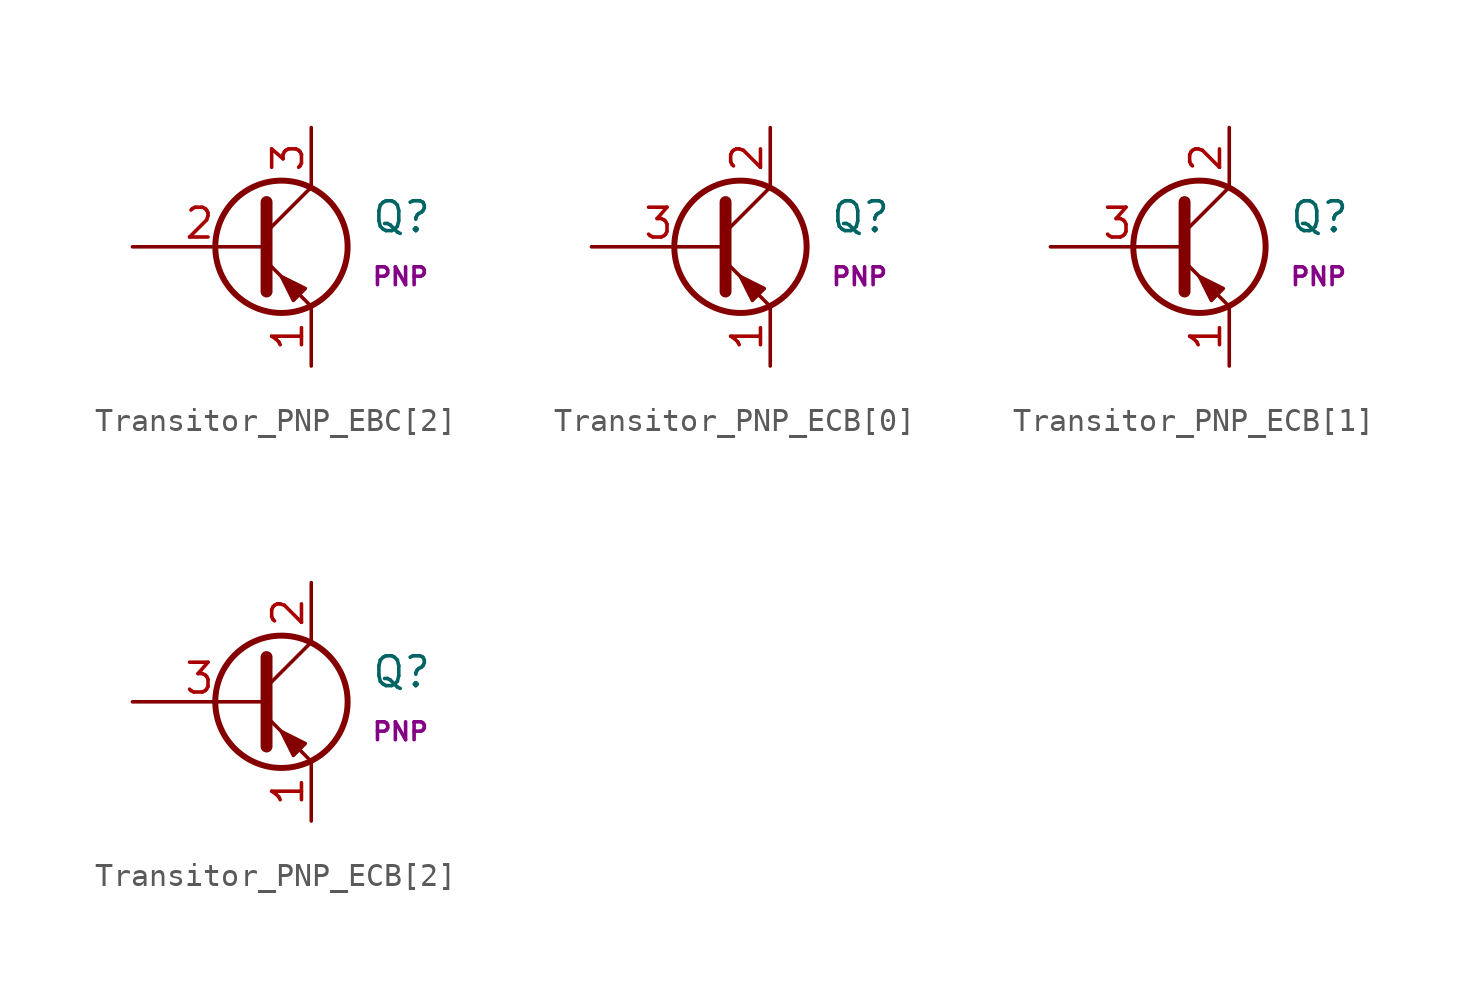
<source format=kicad_sym>
(kicad_symbol_lib
  (version 20211014)
  (generator kicad_symbol_editor)
  (symbol "Transitor_PNP_EBC[2]"
    (pin_names
      (offset 0) hide)
    (property "Reference" "Q"
      (at 5.08 1.27 0)
      (effects (font (size 1.27 1.27)) (justify left)))
    (property "Name" "PNP"
      (at 5.08 -1.27 0)
      (effects (font (size 0.762 0.762)) (justify left)))
    (symbol "Transitor_PNP_EBC[2]_0_1"
      (polyline (pts (xy 0.635 0.635) (xy 2.54 2.54)) (stroke (width 0) (type default) (color 0 0 0 0)) (fill (type none)))
      (polyline (pts (xy 0.635 -0.635) (xy 2.54 -2.54) (xy 2.54 -2.54)) (stroke (width 0) (type default) (color 0 0 0 0)) (fill (type none)))
      (polyline (pts (xy 0.635 1.905) (xy 0.635 -1.905) (xy 0.635 -1.905)) (stroke (width 0.508) (type default) (color 0 0 0 0)) (fill (type none)))
      (polyline (pts (xy 2.286 -1.778) (xy 1.778 -2.286) (xy 1.27 -1.27) (xy 2.286 -1.778) (xy 2.286 -1.778)) (stroke (width 0) (type default) (color 0 0 0 0)) (fill (type outline)))
      (circle (center 1.27 0) (radius 2.819) (stroke (width 0.254) (type default) (color 0 0 0 0)) (fill (type none))))
    (symbol "Transitor_PNP_EBC[2]_1_1"
      (pin passive line (at 2.54 -5.08 90) (length 2.54) (name "E" (effects (font (size 1.27 1.27)))) (number "1" (effects (font (size 1.27 1.27)))))
      (pin input line (at -5.08 0 0) (length 5.715) (name "B" (effects (font (size 1.27 1.27)))) (number "2" (effects (font (size 1.27 1.27)))))
      (pin passive line (at 2.54 5.08 270) (length 2.54) (name "C" (effects (font (size 1.27 1.27)))) (number "3" (effects (font (size 1.27 1.27)))))))
  (symbol "Transitor_PNP_ECB[0]"
    (pin_names
      (offset 0) hide)
    (property "Reference" "Q"
      (at 5.08 1.27 0)
      (effects (font (size 1.27 1.27)) (justify left)))
    (property "Name" "PNP"
      (at 5.08 -1.27 0)
      (effects (font (size 0.762 0.762)) (justify left)))
    (symbol "Transitor_PNP_ECB[0]_0_1"
      (polyline (pts (xy 0.635 0.635) (xy 2.54 2.54)) (stroke (width 0) (type default) (color 0 0 0 0)) (fill (type none)))
      (polyline (pts (xy 0.635 -0.635) (xy 2.54 -2.54) (xy 2.54 -2.54)) (stroke (width 0) (type default) (color 0 0 0 0)) (fill (type none)))
      (polyline (pts (xy 0.635 1.905) (xy 0.635 -1.905) (xy 0.635 -1.905)) (stroke (width 0.508) (type default) (color 0 0 0 0)) (fill (type none)))
      (polyline (pts (xy 2.286 -1.778) (xy 1.778 -2.286) (xy 1.27 -1.27) (xy 2.286 -1.778) (xy 2.286 -1.778)) (stroke (width 0) (type default) (color 0 0 0 0)) (fill (type outline)))
      (circle (center 1.27 0) (radius 2.819) (stroke (width 0.254) (type default) (color 0 0 0 0)) (fill (type none))))
    (symbol "Transitor_PNP_ECB[0]_1_1"
      (pin passive line (at 2.54 -5.08 90) (length 2.54) (name "E" (effects (font (size 1.27 1.27)))) (number "1" (effects (font (size 1.27 1.27)))))
      (pin passive line (at 2.54 5.08 270) (length 2.54) (name "C" (effects (font (size 1.27 1.27)))) (number "2" (effects (font (size 1.27 1.27)))))
      (pin input line (at -5.08 0 0) (length 5.715) (name "B" (effects (font (size 1.27 1.27)))) (number "3" (effects (font (size 1.27 1.27)))))))
  (symbol "Transitor_PNP_ECB[1]"
    (pin_names
      (offset 0) hide)
    (property "Reference" "Q"
      (at 5.08 1.27 0)
      (effects (font (size 1.27 1.27)) (justify left)))
    (property "Name" "PNP"
      (at 5.08 -1.27 0)
      (effects (font (size 0.762 0.762)) (justify left)))
    (symbol "Transitor_PNP_ECB[1]_0_1"
      (polyline (pts (xy 0.635 0.635) (xy 2.54 2.54)) (stroke (width 0) (type default) (color 0 0 0 0)) (fill (type none)))
      (polyline (pts (xy 0.635 -0.635) (xy 2.54 -2.54) (xy 2.54 -2.54)) (stroke (width 0) (type default) (color 0 0 0 0)) (fill (type none)))
      (polyline (pts (xy 0.635 1.905) (xy 0.635 -1.905) (xy 0.635 -1.905)) (stroke (width 0.508) (type default) (color 0 0 0 0)) (fill (type none)))
      (polyline (pts (xy 2.286 -1.778) (xy 1.778 -2.286) (xy 1.27 -1.27) (xy 2.286 -1.778) (xy 2.286 -1.778)) (stroke (width 0) (type default) (color 0 0 0 0)) (fill (type outline)))
      (circle (center 1.27 0) (radius 2.819) (stroke (width 0.254) (type default) (color 0 0 0 0)) (fill (type none))))
    (symbol "Transitor_PNP_ECB[1]_1_1"
      (pin passive line (at 2.54 -5.08 90) (length 2.54) (name "E" (effects (font (size 1.27 1.27)))) (number "1" (effects (font (size 1.27 1.27)))))
      (pin passive line (at 2.54 5.08 270) (length 2.54) (name "C" (effects (font (size 1.27 1.27)))) (number "2" (effects (font (size 1.27 1.27)))))
      (pin input line (at -5.08 0 0) (length 5.715) (name "B" (effects (font (size 1.27 1.27)))) (number "3" (effects (font (size 1.27 1.27)))))))
  (symbol "Transitor_PNP_ECB[2]"
    (pin_names
      (offset 0) hide)
    (property "Reference" "Q"
      (at 5.08 1.27 0)
      (effects (font (size 1.27 1.27)) (justify left)))
    (property "Name" "PNP"
      (at 5.08 -1.27 0)
      (effects (font (size 0.762 0.762)) (justify left)))
    (symbol "Transitor_PNP_ECB[2]_0_1"
      (polyline (pts (xy 0.635 0.635) (xy 2.54 2.54)) (stroke (width 0) (type default) (color 0 0 0 0)) (fill (type none)))
      (polyline (pts (xy 0.635 -0.635) (xy 2.54 -2.54) (xy 2.54 -2.54)) (stroke (width 0) (type default) (color 0 0 0 0)) (fill (type none)))
      (polyline (pts (xy 0.635 1.905) (xy 0.635 -1.905) (xy 0.635 -1.905)) (stroke (width 0.508) (type default) (color 0 0 0 0)) (fill (type none)))
      (polyline (pts (xy 2.286 -1.778) (xy 1.778 -2.286) (xy 1.27 -1.27) (xy 2.286 -1.778) (xy 2.286 -1.778)) (stroke (width 0) (type default) (color 0 0 0 0)) (fill (type outline)))
      (circle (center 1.27 0) (radius 2.819) (stroke (width 0.254) (type default) (color 0 0 0 0)) (fill (type none))))
    (symbol "Transitor_PNP_ECB[2]_1_1"
      (pin passive line (at 2.54 -5.08 90) (length 2.54) (name "E" (effects (font (size 1.27 1.27)))) (number "1" (effects (font (size 1.27 1.27)))))
      (pin passive line (at 2.54 5.08 270) (length 2.54) (name "C" (effects (font (size 1.27 1.27)))) (number "2" (effects (font (size 1.27 1.27)))))
      (pin input line (at -5.08 0 0) (length 5.715) (name "B" (effects (font (size 1.27 1.27)))) (number "3" (effects (font (size 1.27 1.27))))))))
</source>
